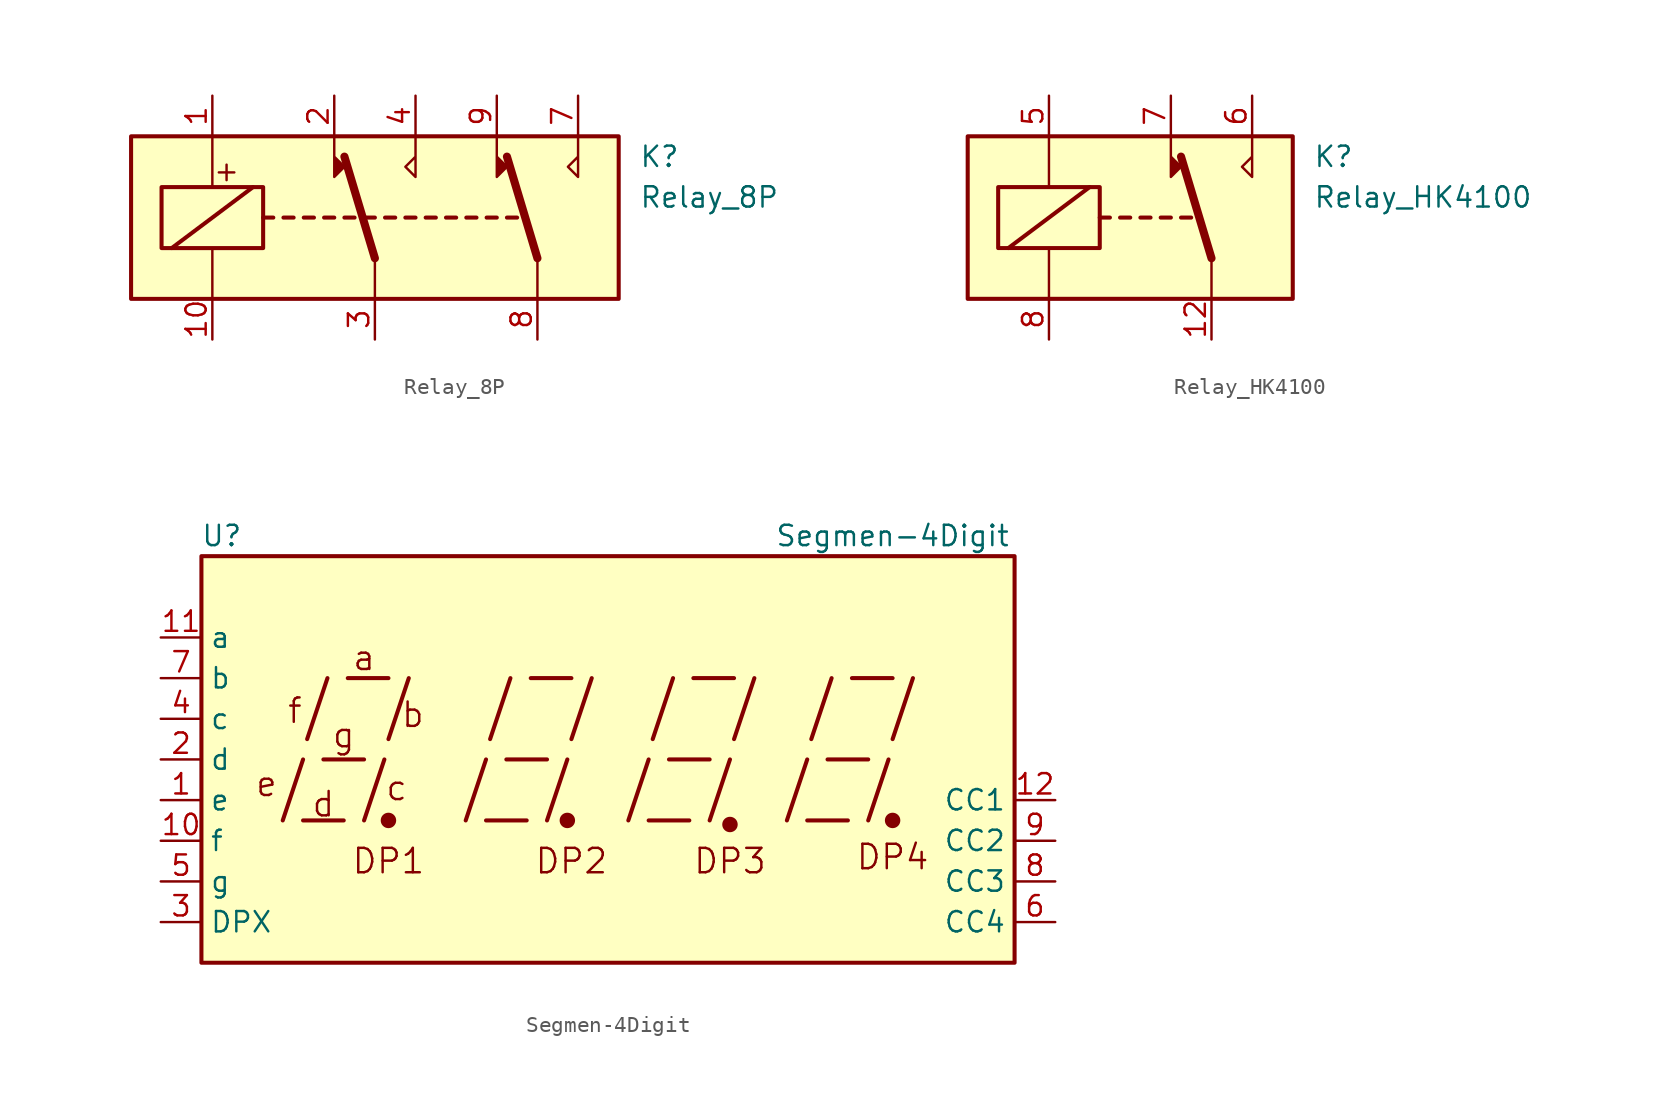
<source format=kicad_sym>
(kicad_symbol_lib
  (version 20211014)
  (generator kicad_symbol_editor)
  (symbol "Relay_8P"
    (property "Reference" "K"
      (at 16.51 3.81 0)
      (effects (font (size 1.27 1.27)) (justify left)))
    (property "Value" "Relay_8P"
      (at 16.51 1.27 0)
      (effects (font (size 1.27 1.27)) (justify left)))
    (symbol "Relay_8P_0_0"
      (text "+" (at -9.271 2.921 0) (effects (font (size 1.27 1.27)))))
    (symbol "Relay_8P_0_1"
      (rectangle (start -15.24 5.08) (end 15.24 -5.08) (stroke (width 0.254) (type default) (color 0 0 0 0)) (fill (type background)))
      (rectangle (start -13.335 1.905) (end -6.985 -1.905) (stroke (width 0.254) (type default) (color 0 0 0 0)) (fill (type none)))
      (polyline (pts (xy -12.7 -1.905) (xy -7.62 1.905)) (stroke (width 0.254) (type default) (color 0 0 0 0)) (fill (type none)))
      (polyline (pts (xy -10.16 -5.08) (xy -10.16 -1.905)) (stroke (width 0) (type default) (color 0 0 0 0)) (fill (type none)))
      (polyline (pts (xy -10.16 5.08) (xy -10.16 1.905)) (stroke (width 0) (type default) (color 0 0 0 0)) (fill (type none)))
      (polyline (pts (xy -6.985 0) (xy -6.35 0)) (stroke (width 0.254) (type default) (color 0 0 0 0)) (fill (type none)))
      (polyline (pts (xy -5.715 0) (xy -5.08 0)) (stroke (width 0.254) (type default) (color 0 0 0 0)) (fill (type none)))
      (polyline (pts (xy -4.445 0) (xy -3.81 0)) (stroke (width 0.254) (type default) (color 0 0 0 0)) (fill (type none)))
      (polyline (pts (xy -3.175 0) (xy -2.54 0)) (stroke (width 0.254) (type default) (color 0 0 0 0)) (fill (type none)))
      (polyline (pts (xy -1.905 0) (xy -1.27 0)) (stroke (width 0.254) (type default) (color 0 0 0 0)) (fill (type none)))
      (polyline (pts (xy -0.635 0) (xy 0 0)) (stroke (width 0.254) (type default) (color 0 0 0 0)) (fill (type none)))
      (polyline (pts (xy 0 -2.54) (xy -1.905 3.81)) (stroke (width 0.508) (type default) (color 0 0 0 0)) (fill (type none)))
      (polyline (pts (xy 0 -2.54) (xy 0 -5.08)) (stroke (width 0) (type default) (color 0 0 0 0)) (fill (type none)))
      (polyline (pts (xy 0.635 0) (xy 1.27 0)) (stroke (width 0.254) (type default) (color 0 0 0 0)) (fill (type none)))
      (polyline (pts (xy 1.905 0) (xy 2.54 0)) (stroke (width 0.254) (type default) (color 0 0 0 0)) (fill (type none)))
      (polyline (pts (xy 3.175 0) (xy 3.81 0)) (stroke (width 0.254) (type default) (color 0 0 0 0)) (fill (type none)))
      (polyline (pts (xy 4.445 0) (xy 5.08 0)) (stroke (width 0.254) (type default) (color 0 0 0 0)) (fill (type none)))
      (polyline (pts (xy 5.715 0) (xy 6.35 0)) (stroke (width 0.254) (type default) (color 0 0 0 0)) (fill (type none)))
      (polyline (pts (xy 6.985 0) (xy 7.62 0)) (stroke (width 0.254) (type default) (color 0 0 0 0)) (fill (type none)))
      (polyline (pts (xy 8.255 0) (xy 8.89 0)) (stroke (width 0.254) (type default) (color 0 0 0 0)) (fill (type none)))
      (polyline (pts (xy 10.16 -2.54) (xy 8.255 3.81)) (stroke (width 0.508) (type default) (color 0 0 0 0)) (fill (type none)))
      (polyline (pts (xy 10.16 -2.54) (xy 10.16 -5.08)) (stroke (width 0) (type default) (color 0 0 0 0)) (fill (type none)))
      (polyline (pts (xy -2.54 5.08) (xy -2.54 2.54) (xy -1.905 3.175) (xy -2.54 3.81)) (stroke (width 0) (type default) (color 0 0 0 0)) (fill (type outline)))
      (polyline (pts (xy 2.54 5.08) (xy 2.54 2.54) (xy 1.905 3.175) (xy 2.54 3.81)) (stroke (width 0) (type default) (color 0 0 0 0)) (fill (type none)))
      (polyline (pts (xy 7.62 5.08) (xy 7.62 2.54) (xy 8.255 3.175) (xy 7.62 3.81)) (stroke (width 0) (type default) (color 0 0 0 0)) (fill (type outline)))
      (polyline (pts (xy 12.7 5.08) (xy 12.7 2.54) (xy 12.065 3.175) (xy 12.7 3.81)) (stroke (width 0) (type default) (color 0 0 0 0)) (fill (type none))))
    (symbol "Relay_8P_1_1"
      (pin passive line (at -10.16 7.62 270) (length 2.54) (name "~" (effects (font (size 1.27 1.27)))) (number "1" (effects (font (size 1.27 1.27)))))
      (pin passive line (at -10.16 -7.62 90) (length 2.54) (name "~" (effects (font (size 1.27 1.27)))) (number "10" (effects (font (size 1.27 1.27)))))
      (pin passive line (at -2.54 7.62 270) (length 2.54) (name "~" (effects (font (size 1.27 1.27)))) (number "2" (effects (font (size 1.27 1.27)))))
      (pin passive line (at 0 -7.62 90) (length 2.54) (name "~" (effects (font (size 1.27 1.27)))) (number "3" (effects (font (size 1.27 1.27)))))
      (pin passive line (at 2.54 7.62 270) (length 2.54) (name "~" (effects (font (size 1.27 1.27)))) (number "4" (effects (font (size 1.27 1.27)))))
      (pin passive line (at 12.7 7.62 270) (length 2.54) (name "~" (effects (font (size 1.27 1.27)))) (number "7" (effects (font (size 1.27 1.27)))))
      (pin passive line (at 10.16 -7.62 90) (length 2.54) (name "~" (effects (font (size 1.27 1.27)))) (number "8" (effects (font (size 1.27 1.27)))))
      (pin passive line (at 7.62 7.62 270) (length 2.54) (name "~" (effects (font (size 1.27 1.27)))) (number "9" (effects (font (size 1.27 1.27)))))))
  (symbol "Relay_HK4100"
    (property "Reference" "K"
      (at 11.43 3.81 0)
      (effects (font (size 1.27 1.27)) (justify left)))
    (property "Value" "Relay_HK4100"
      (at 11.43 1.27 0)
      (effects (font (size 1.27 1.27)) (justify left)))
    (symbol "Relay_HK4100_0_0"
      (polyline (pts (xy 7.62 5.08) (xy 7.62 2.54) (xy 6.985 3.175) (xy 7.62 3.81)) (stroke (width 0) (type default) (color 0 0 0 0)) (fill (type none))))
    (symbol "Relay_HK4100_0_1"
      (rectangle (start -10.16 5.08) (end 10.16 -5.08) (stroke (width 0.254) (type default) (color 0 0 0 0)) (fill (type background)))
      (rectangle (start -8.255 1.905) (end -1.905 -1.905) (stroke (width 0.254) (type default) (color 0 0 0 0)) (fill (type none)))
      (polyline (pts (xy -7.62 -1.905) (xy -2.54 1.905)) (stroke (width 0.254) (type default) (color 0 0 0 0)) (fill (type none)))
      (polyline (pts (xy -5.08 -5.08) (xy -5.08 -1.905)) (stroke (width 0) (type default) (color 0 0 0 0)) (fill (type none)))
      (polyline (pts (xy -5.08 5.08) (xy -5.08 1.905)) (stroke (width 0) (type default) (color 0 0 0 0)) (fill (type none)))
      (polyline (pts (xy -1.905 0) (xy -1.27 0)) (stroke (width 0.254) (type default) (color 0 0 0 0)) (fill (type none)))
      (polyline (pts (xy -0.635 0) (xy 0 0)) (stroke (width 0.254) (type default) (color 0 0 0 0)) (fill (type none)))
      (polyline (pts (xy 0.635 0) (xy 1.27 0)) (stroke (width 0.254) (type default) (color 0 0 0 0)) (fill (type none)))
      (polyline (pts (xy 1.905 0) (xy 2.54 0)) (stroke (width 0.254) (type default) (color 0 0 0 0)) (fill (type none)))
      (polyline (pts (xy 3.175 0) (xy 3.81 0)) (stroke (width 0.254) (type default) (color 0 0 0 0)) (fill (type none)))
      (polyline (pts (xy 5.08 -2.54) (xy 3.175 3.81)) (stroke (width 0.508) (type default) (color 0 0 0 0)) (fill (type none)))
      (polyline (pts (xy 5.08 -2.54) (xy 5.08 -5.08)) (stroke (width 0) (type default) (color 0 0 0 0)) (fill (type none)))
      (polyline (pts (xy 2.54 5.08) (xy 2.54 2.54) (xy 3.175 3.175) (xy 2.54 3.81)) (stroke (width 0) (type default) (color 0 0 0 0)) (fill (type outline))))
    (symbol "Relay_HK4100_1_1"
      (pin passive line (at 5.08 -7.62 90) (length 2.54) (name "~" (effects (font (size 1.27 1.27)))) (number "12" (effects (font (size 1.27 1.27)))))
      (pin passive line (at -5.08 7.62 270) (length 2.54) (name "~" (effects (font (size 1.27 1.27)))) (number "5" (effects (font (size 1.27 1.27)))))
      (pin passive line (at 7.62 7.62 270) (length 2.54) (name "~" (effects (font (size 1.27 1.27)))) (number "6" (effects (font (size 1.27 1.27)))))
      (pin passive line (at 2.54 7.62 270) (length 2.54) (name "~" (effects (font (size 1.27 1.27)))) (number "7" (effects (font (size 1.27 1.27)))))
      (pin passive line (at -5.08 -7.62 90) (length 2.54) (name "~" (effects (font (size 1.27 1.27)))) (number "8" (effects (font (size 1.27 1.27)))))))
  (symbol "Segmen-4Digit"
    (property "Reference" "U"
      (at -24.13 13.97 0)
      (effects (font (size 1.27 1.27))))
    (property "Value" "Segmen-4Digit"
      (at 17.78 13.97 0)
      (effects (font (size 1.27 1.27))))
    (symbol "Segmen-4Digit_0_0"
      (rectangle (start -25.4 12.7) (end 25.4 -12.7) (stroke (width 0.254) (type default) (color 0 0 0 0)) (fill (type background)))
      (polyline (pts (xy -20.32 -3.81) (xy -19.05 0)) (stroke (width 0.254) (type default) (color 0 0 0 0)) (fill (type none)))
      (polyline (pts (xy -19.05 -3.81) (xy -16.51 -3.81)) (stroke (width 0.254) (type default) (color 0 0 0 0)) (fill (type none)))
      (polyline (pts (xy -18.796 1.27) (xy -17.526 5.08)) (stroke (width 0.254) (type default) (color 0 0 0 0)) (fill (type none)))
      (polyline (pts (xy -17.78 0) (xy -15.24 0)) (stroke (width 0.254) (type default) (color 0 0 0 0)) (fill (type none)))
      (polyline (pts (xy -16.256 5.08) (xy -13.716 5.08)) (stroke (width 0.254) (type default) (color 0 0 0 0)) (fill (type none)))
      (polyline (pts (xy -15.24 -3.81) (xy -13.97 0)) (stroke (width 0.254) (type default) (color 0 0 0 0)) (fill (type none)))
      (polyline (pts (xy -13.716 1.27) (xy -12.446 5.08)) (stroke (width 0.254) (type default) (color 0 0 0 0)) (fill (type none)))
      (polyline (pts (xy -8.89 -3.81) (xy -7.62 0)) (stroke (width 0.254) (type default) (color 0 0 0 0)) (fill (type none)))
      (polyline (pts (xy -7.62 -3.81) (xy -5.08 -3.81)) (stroke (width 0.254) (type default) (color 0 0 0 0)) (fill (type none)))
      (polyline (pts (xy -7.366 1.27) (xy -6.096 5.08)) (stroke (width 0.254) (type default) (color 0 0 0 0)) (fill (type none)))
      (polyline (pts (xy -6.35 0) (xy -3.81 0)) (stroke (width 0.254) (type default) (color 0 0 0 0)) (fill (type none)))
      (polyline (pts (xy -4.826 5.08) (xy -2.286 5.08)) (stroke (width 0.254) (type default) (color 0 0 0 0)) (fill (type none)))
      (polyline (pts (xy -3.81 -3.81) (xy -2.54 0)) (stroke (width 0.254) (type default) (color 0 0 0 0)) (fill (type none)))
      (polyline (pts (xy -2.286 1.27) (xy -1.016 5.08)) (stroke (width 0.254) (type default) (color 0 0 0 0)) (fill (type none)))
      (polyline (pts (xy 1.27 -3.81) (xy 2.54 0)) (stroke (width 0.254) (type default) (color 0 0 0 0)) (fill (type none)))
      (polyline (pts (xy 2.54 -3.81) (xy 5.08 -3.81)) (stroke (width 0.254) (type default) (color 0 0 0 0)) (fill (type none)))
      (polyline (pts (xy 2.794 1.27) (xy 4.064 5.08)) (stroke (width 0.254) (type default) (color 0 0 0 0)) (fill (type none)))
      (polyline (pts (xy 3.81 0) (xy 6.35 0)) (stroke (width 0.254) (type default) (color 0 0 0 0)) (fill (type none)))
      (polyline (pts (xy 5.334 5.08) (xy 7.874 5.08)) (stroke (width 0.254) (type default) (color 0 0 0 0)) (fill (type none)))
      (polyline (pts (xy 6.35 -3.81) (xy 7.62 0)) (stroke (width 0.254) (type default) (color 0 0 0 0)) (fill (type none)))
      (polyline (pts (xy 7.874 1.27) (xy 9.144 5.08)) (stroke (width 0.254) (type default) (color 0 0 0 0)) (fill (type none)))
      (polyline (pts (xy 11.176 -3.81) (xy 12.446 0)) (stroke (width 0.254) (type default) (color 0 0 0 0)) (fill (type none)))
      (polyline (pts (xy 12.446 -3.81) (xy 14.986 -3.81)) (stroke (width 0.254) (type default) (color 0 0 0 0)) (fill (type none)))
      (polyline (pts (xy 12.7 1.27) (xy 13.97 5.08)) (stroke (width 0.254) (type default) (color 0 0 0 0)) (fill (type none)))
      (polyline (pts (xy 13.716 0) (xy 16.256 0)) (stroke (width 0.254) (type default) (color 0 0 0 0)) (fill (type none)))
      (polyline (pts (xy 15.24 5.08) (xy 17.78 5.08)) (stroke (width 0.254) (type default) (color 0 0 0 0)) (fill (type none)))
      (polyline (pts (xy 16.256 -3.81) (xy 17.526 0)) (stroke (width 0.254) (type default) (color 0 0 0 0)) (fill (type none)))
      (polyline (pts (xy 17.78 1.27) (xy 19.05 5.08)) (stroke (width 0.254) (type default) (color 0 0 0 0)) (fill (type none)))
      (text "a" (at -15.24 6.35 0) (effects (font (size 1.524 1.524))))
      (text "b" (at -12.192 2.794 0) (effects (font (size 1.524 1.524))))
      (text "c" (at -13.208 -1.778 0) (effects (font (size 1.524 1.524))))
      (text "d" (at -17.78 -2.794 0) (effects (font (size 1.524 1.524))))
      (text "DP1" (at -13.716 -6.35 0) (effects (font (size 1.524 1.524))))
      (text "DP2" (at -2.286 -6.35 0) (effects (font (size 1.524 1.524))))
      (text "DP3" (at 7.62 -6.35 0) (effects (font (size 1.524 1.524))))
      (text "DP4" (at 17.78 -6.096 0) (effects (font (size 1.524 1.524))))
      (text "e" (at -21.336 -1.524 0) (effects (font (size 1.524 1.524))))
      (text "f" (at -19.558 3.048 0) (effects (font (size 1.524 1.524))))
      (text "g" (at -16.51 1.524 0) (effects (font (size 1.524 1.524)))))
    (symbol "Segmen-4Digit_0_1"
      (circle (center -13.716 -3.81) (radius 0.356) (stroke (width 0.254) (type default) (color 0 0 0 0)) (fill (type outline)))
      (circle (center -2.54 -3.81) (radius 0.356) (stroke (width 0.254) (type default) (color 0 0 0 0)) (fill (type outline))))
    (symbol "Segmen-4Digit_1_0"
      (circle (center 7.62 -4.064) (radius 0.356) (stroke (width 0.254) (type default) (color 0 0 0 0)) (fill (type outline)))
      (circle (center 17.78 -3.81) (radius 0.356) (stroke (width 0.254) (type default) (color 0 0 0 0)) (fill (type outline))))
    (symbol "Segmen-4Digit_1_1"
      (pin input line (at -27.94 -2.54 0) (length 2.54) (name "e" (effects (font (size 1.27 1.27)))) (number "1" (effects (font (size 1.27 1.27)))))
      (pin input line (at -27.94 -5.08 0) (length 2.54) (name "f" (effects (font (size 1.27 1.27)))) (number "10" (effects (font (size 1.27 1.27)))))
      (pin input line (at -27.94 7.62 0) (length 2.54) (name "a" (effects (font (size 1.27 1.27)))) (number "11" (effects (font (size 1.27 1.27)))))
      (pin input line (at 27.94 -2.54 180) (length 2.54) (name "CC1" (effects (font (size 1.27 1.27)))) (number "12" (effects (font (size 1.27 1.27)))))
      (pin input line (at -27.94 0 0) (length 2.54) (name "d" (effects (font (size 1.27 1.27)))) (number "2" (effects (font (size 1.27 1.27)))))
      (pin input line (at -27.94 -10.16 0) (length 2.54) (name "DPX" (effects (font (size 1.27 1.27)))) (number "3" (effects (font (size 1.27 1.27)))))
      (pin input line (at -27.94 2.54 0) (length 2.54) (name "c" (effects (font (size 1.27 1.27)))) (number "4" (effects (font (size 1.27 1.27)))))
      (pin input line (at -27.94 -7.62 0) (length 2.54) (name "g" (effects (font (size 1.27 1.27)))) (number "5" (effects (font (size 1.27 1.27)))))
      (pin input line (at 27.94 -10.16 180) (length 2.54) (name "CC4" (effects (font (size 1.27 1.27)))) (number "6" (effects (font (size 1.27 1.27)))))
      (pin input line (at -27.94 5.08 0) (length 2.54) (name "b" (effects (font (size 1.27 1.27)))) (number "7" (effects (font (size 1.27 1.27)))))
      (pin input line (at 27.94 -7.62 180) (length 2.54) (name "CC3" (effects (font (size 1.27 1.27)))) (number "8" (effects (font (size 1.27 1.27)))))
      (pin input line (at 27.94 -5.08 180) (length 2.54) (name "CC2" (effects (font (size 1.27 1.27)))) (number "9" (effects (font (size 1.27 1.27))))))))
</source>
